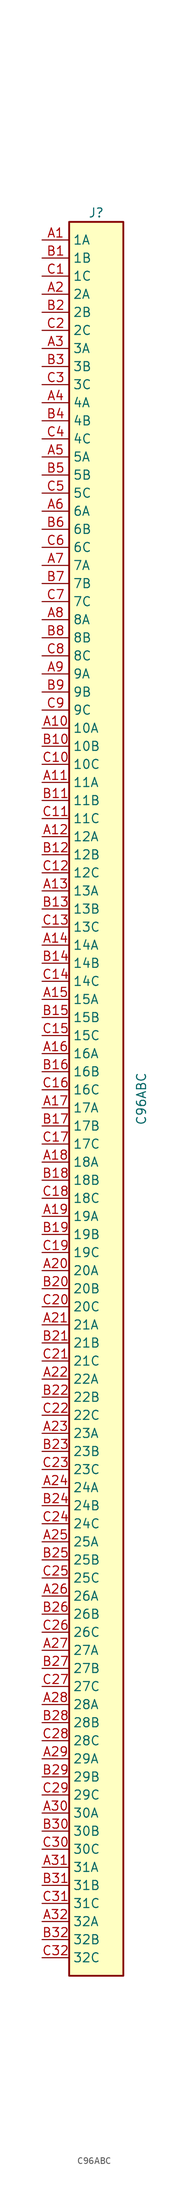
<source format=kicad_sym>
(kicad_symbol_lib
  (version 20210619)
  (generator kicad_symbol_editor)
  (symbol "Connector:C96ABC"
    (property "Reference" "J"
      (at 0 125.73 0)
      (effects (font (size 1.27 1.27))))
    (property "Value" "C96ABC"
      (at 6.35 1.27 90)
      (effects (font (size 1.27 1.27))))
    (symbol "C96ABC_0_1"
      (rectangle (start -3.81 -121.92) (end 3.81 124.46) (stroke (width 0.254)) (fill (type background))))
    (symbol "C96ABC_1_1"
      (pin passive line (at -7.62 121.92 0) (length 3.81) (name "1A" (effects (font (size 1.27 1.27)))) (number "A1" (effects (font (size 1.27 1.27)))))
      (pin passive line (at -7.62 53.34 0) (length 3.81) (name "10A" (effects (font (size 1.27 1.27)))) (number "A10" (effects (font (size 1.27 1.27)))))
      (pin passive line (at -7.62 45.72 0) (length 3.81) (name "11A" (effects (font (size 1.27 1.27)))) (number "A11" (effects (font (size 1.27 1.27)))))
      (pin passive line (at -7.62 38.1 0) (length 3.81) (name "12A" (effects (font (size 1.27 1.27)))) (number "A12" (effects (font (size 1.27 1.27)))))
      (pin passive line (at -7.62 30.48 0) (length 3.81) (name "13A" (effects (font (size 1.27 1.27)))) (number "A13" (effects (font (size 1.27 1.27)))))
      (pin passive line (at -7.62 22.86 0) (length 3.81) (name "14A" (effects (font (size 1.27 1.27)))) (number "A14" (effects (font (size 1.27 1.27)))))
      (pin passive line (at -7.62 15.24 0) (length 3.81) (name "15A" (effects (font (size 1.27 1.27)))) (number "A15" (effects (font (size 1.27 1.27)))))
      (pin passive line (at -7.62 7.62 0) (length 3.81) (name "16A" (effects (font (size 1.27 1.27)))) (number "A16" (effects (font (size 1.27 1.27)))))
      (pin passive line (at -7.62 0 0) (length 3.81) (name "17A" (effects (font (size 1.27 1.27)))) (number "A17" (effects (font (size 1.27 1.27)))))
      (pin passive line (at -7.62 -7.62 0) (length 3.81) (name "18A" (effects (font (size 1.27 1.27)))) (number "A18" (effects (font (size 1.27 1.27)))))
      (pin passive line (at -7.62 -15.24 0) (length 3.81) (name "19A" (effects (font (size 1.27 1.27)))) (number "A19" (effects (font (size 1.27 1.27)))))
      (pin passive line (at -7.62 114.3 0) (length 3.81) (name "2A" (effects (font (size 1.27 1.27)))) (number "A2" (effects (font (size 1.27 1.27)))))
      (pin passive line (at -7.62 -22.86 0) (length 3.81) (name "20A" (effects (font (size 1.27 1.27)))) (number "A20" (effects (font (size 1.27 1.27)))))
      (pin tri_state line (at -7.62 -30.48 0) (length 3.81) (name "21A" (effects (font (size 1.27 1.27)))) (number "A21" (effects (font (size 1.27 1.27)))))
      (pin passive line (at -7.62 -38.1 0) (length 3.81) (name "22A" (effects (font (size 1.27 1.27)))) (number "A22" (effects (font (size 1.27 1.27)))))
      (pin passive line (at -7.62 -45.72 0) (length 3.81) (name "23A" (effects (font (size 1.27 1.27)))) (number "A23" (effects (font (size 1.27 1.27)))))
      (pin passive line (at -7.62 -53.34 0) (length 3.81) (name "24A" (effects (font (size 1.27 1.27)))) (number "A24" (effects (font (size 1.27 1.27)))))
      (pin passive line (at -7.62 -60.96 0) (length 3.81) (name "25A" (effects (font (size 1.27 1.27)))) (number "A25" (effects (font (size 1.27 1.27)))))
      (pin passive line (at -7.62 -68.58 0) (length 3.81) (name "26A" (effects (font (size 1.27 1.27)))) (number "A26" (effects (font (size 1.27 1.27)))))
      (pin passive line (at -7.62 -76.2 0) (length 3.81) (name "27A" (effects (font (size 1.27 1.27)))) (number "A27" (effects (font (size 1.27 1.27)))))
      (pin passive line (at -7.62 -83.82 0) (length 3.81) (name "28A" (effects (font (size 1.27 1.27)))) (number "A28" (effects (font (size 1.27 1.27)))))
      (pin passive line (at -7.62 -91.44 0) (length 3.81) (name "29A" (effects (font (size 1.27 1.27)))) (number "A29" (effects (font (size 1.27 1.27)))))
      (pin passive line (at -7.62 106.68 0) (length 3.81) (name "3A" (effects (font (size 1.27 1.27)))) (number "A3" (effects (font (size 1.27 1.27)))))
      (pin passive line (at -7.62 -99.06 0) (length 3.81) (name "30A" (effects (font (size 1.27 1.27)))) (number "A30" (effects (font (size 1.27 1.27)))))
      (pin passive line (at -7.62 -106.68 0) (length 3.81) (name "31A" (effects (font (size 1.27 1.27)))) (number "A31" (effects (font (size 1.27 1.27)))))
      (pin passive line (at -7.62 -114.3 0) (length 3.81) (name "32A" (effects (font (size 1.27 1.27)))) (number "A32" (effects (font (size 1.27 1.27)))))
      (pin passive line (at -7.62 99.06 0) (length 3.81) (name "4A" (effects (font (size 1.27 1.27)))) (number "A4" (effects (font (size 1.27 1.27)))))
      (pin passive line (at -7.62 91.44 0) (length 3.81) (name "5A" (effects (font (size 1.27 1.27)))) (number "A5" (effects (font (size 1.27 1.27)))))
      (pin passive line (at -7.62 83.82 0) (length 3.81) (name "6A" (effects (font (size 1.27 1.27)))) (number "A6" (effects (font (size 1.27 1.27)))))
      (pin passive line (at -7.62 76.2 0) (length 3.81) (name "7A" (effects (font (size 1.27 1.27)))) (number "A7" (effects (font (size 1.27 1.27)))))
      (pin passive line (at -7.62 68.58 0) (length 3.81) (name "8A" (effects (font (size 1.27 1.27)))) (number "A8" (effects (font (size 1.27 1.27)))))
      (pin passive line (at -7.62 60.96 0) (length 3.81) (name "9A" (effects (font (size 1.27 1.27)))) (number "A9" (effects (font (size 1.27 1.27)))))
      (pin passive line (at -7.62 119.38 0) (length 3.81) (name "1B" (effects (font (size 1.27 1.27)))) (number "B1" (effects (font (size 1.27 1.27)))))
      (pin passive line (at -7.62 50.8 0) (length 3.81) (name "10B" (effects (font (size 1.27 1.27)))) (number "B10" (effects (font (size 1.27 1.27)))))
      (pin passive line (at -7.62 43.18 0) (length 3.81) (name "11B" (effects (font (size 1.27 1.27)))) (number "B11" (effects (font (size 1.27 1.27)))))
      (pin passive line (at -7.62 35.56 0) (length 3.81) (name "12B" (effects (font (size 1.27 1.27)))) (number "B12" (effects (font (size 1.27 1.27)))))
      (pin passive line (at -7.62 27.94 0) (length 3.81) (name "13B" (effects (font (size 1.27 1.27)))) (number "B13" (effects (font (size 1.27 1.27)))))
      (pin passive line (at -7.62 20.32 0) (length 3.81) (name "14B" (effects (font (size 1.27 1.27)))) (number "B14" (effects (font (size 1.27 1.27)))))
      (pin passive line (at -7.62 12.7 0) (length 3.81) (name "15B" (effects (font (size 1.27 1.27)))) (number "B15" (effects (font (size 1.27 1.27)))))
      (pin passive line (at -7.62 5.08 0) (length 3.81) (name "16B" (effects (font (size 1.27 1.27)))) (number "B16" (effects (font (size 1.27 1.27)))))
      (pin passive line (at -7.62 -2.54 0) (length 3.81) (name "17B" (effects (font (size 1.27 1.27)))) (number "B17" (effects (font (size 1.27 1.27)))))
      (pin passive line (at -7.62 -10.16 0) (length 3.81) (name "18B" (effects (font (size 1.27 1.27)))) (number "B18" (effects (font (size 1.27 1.27)))))
      (pin passive line (at -7.62 -17.78 0) (length 3.81) (name "19B" (effects (font (size 1.27 1.27)))) (number "B19" (effects (font (size 1.27 1.27)))))
      (pin passive line (at -7.62 111.76 0) (length 3.81) (name "2B" (effects (font (size 1.27 1.27)))) (number "B2" (effects (font (size 1.27 1.27)))))
      (pin passive line (at -7.62 -25.4 0) (length 3.81) (name "20B" (effects (font (size 1.27 1.27)))) (number "B20" (effects (font (size 1.27 1.27)))))
      (pin passive line (at -7.62 -33.02 0) (length 3.81) (name "21B" (effects (font (size 1.27 1.27)))) (number "B21" (effects (font (size 1.27 1.27)))))
      (pin passive line (at -7.62 -40.64 0) (length 3.81) (name "22B" (effects (font (size 1.27 1.27)))) (number "B22" (effects (font (size 1.27 1.27)))))
      (pin passive line (at -7.62 -48.26 0) (length 3.81) (name "23B" (effects (font (size 1.27 1.27)))) (number "B23" (effects (font (size 1.27 1.27)))))
      (pin passive line (at -7.62 -55.88 0) (length 3.81) (name "24B" (effects (font (size 1.27 1.27)))) (number "B24" (effects (font (size 1.27 1.27)))))
      (pin passive line (at -7.62 -63.5 0) (length 3.81) (name "25B" (effects (font (size 1.27 1.27)))) (number "B25" (effects (font (size 1.27 1.27)))))
      (pin passive line (at -7.62 -71.12 0) (length 3.81) (name "26B" (effects (font (size 1.27 1.27)))) (number "B26" (effects (font (size 1.27 1.27)))))
      (pin passive line (at -7.62 -78.74 0) (length 3.81) (name "27B" (effects (font (size 1.27 1.27)))) (number "B27" (effects (font (size 1.27 1.27)))))
      (pin passive line (at -7.62 -86.36 0) (length 3.81) (name "28B" (effects (font (size 1.27 1.27)))) (number "B28" (effects (font (size 1.27 1.27)))))
      (pin passive line (at -7.62 -93.98 0) (length 3.81) (name "29B" (effects (font (size 1.27 1.27)))) (number "B29" (effects (font (size 1.27 1.27)))))
      (pin passive line (at -7.62 104.14 0) (length 3.81) (name "3B" (effects (font (size 1.27 1.27)))) (number "B3" (effects (font (size 1.27 1.27)))))
      (pin passive line (at -7.62 -101.6 0) (length 3.81) (name "30B" (effects (font (size 1.27 1.27)))) (number "B30" (effects (font (size 1.27 1.27)))))
      (pin passive line (at -7.62 -109.22 0) (length 3.81) (name "31B" (effects (font (size 1.27 1.27)))) (number "B31" (effects (font (size 1.27 1.27)))))
      (pin passive line (at -7.62 -116.84 0) (length 3.81) (name "32B" (effects (font (size 1.27 1.27)))) (number "B32" (effects (font (size 1.27 1.27)))))
      (pin passive line (at -7.62 96.52 0) (length 3.81) (name "4B" (effects (font (size 1.27 1.27)))) (number "B4" (effects (font (size 1.27 1.27)))))
      (pin passive line (at -7.62 88.9 0) (length 3.81) (name "5B" (effects (font (size 1.27 1.27)))) (number "B5" (effects (font (size 1.27 1.27)))))
      (pin passive line (at -7.62 81.28 0) (length 3.81) (name "6B" (effects (font (size 1.27 1.27)))) (number "B6" (effects (font (size 1.27 1.27)))))
      (pin passive line (at -7.62 73.66 0) (length 3.81) (name "7B" (effects (font (size 1.27 1.27)))) (number "B7" (effects (font (size 1.27 1.27)))))
      (pin passive line (at -7.62 66.04 0) (length 3.81) (name "8B" (effects (font (size 1.27 1.27)))) (number "B8" (effects (font (size 1.27 1.27)))))
      (pin passive line (at -7.62 58.42 0) (length 3.81) (name "9B" (effects (font (size 1.27 1.27)))) (number "B9" (effects (font (size 1.27 1.27)))))
      (pin passive line (at -7.62 116.84 0) (length 3.81) (name "1C" (effects (font (size 1.27 1.27)))) (number "C1" (effects (font (size 1.27 1.27)))))
      (pin passive line (at -7.62 48.26 0) (length 3.81) (name "10C" (effects (font (size 1.27 1.27)))) (number "C10" (effects (font (size 1.27 1.27)))))
      (pin passive line (at -7.62 40.64 0) (length 3.81) (name "11C" (effects (font (size 1.27 1.27)))) (number "C11" (effects (font (size 1.27 1.27)))))
      (pin passive line (at -7.62 33.02 0) (length 3.81) (name "12C" (effects (font (size 1.27 1.27)))) (number "C12" (effects (font (size 1.27 1.27)))))
      (pin passive line (at -7.62 25.4 0) (length 3.81) (name "13C" (effects (font (size 1.27 1.27)))) (number "C13" (effects (font (size 1.27 1.27)))))
      (pin passive line (at -7.62 17.78 0) (length 3.81) (name "14C" (effects (font (size 1.27 1.27)))) (number "C14" (effects (font (size 1.27 1.27)))))
      (pin passive line (at -7.62 10.16 0) (length 3.81) (name "15C" (effects (font (size 1.27 1.27)))) (number "C15" (effects (font (size 1.27 1.27)))))
      (pin passive line (at -7.62 2.54 0) (length 3.81) (name "16C" (effects (font (size 1.27 1.27)))) (number "C16" (effects (font (size 1.27 1.27)))))
      (pin passive line (at -7.62 -5.08 0) (length 3.81) (name "17C" (effects (font (size 1.27 1.27)))) (number "C17" (effects (font (size 1.27 1.27)))))
      (pin passive line (at -7.62 -12.7 0) (length 3.81) (name "18C" (effects (font (size 1.27 1.27)))) (number "C18" (effects (font (size 1.27 1.27)))))
      (pin passive line (at -7.62 -20.32 0) (length 3.81) (name "19C" (effects (font (size 1.27 1.27)))) (number "C19" (effects (font (size 1.27 1.27)))))
      (pin passive line (at -7.62 109.22 0) (length 3.81) (name "2C" (effects (font (size 1.27 1.27)))) (number "C2" (effects (font (size 1.27 1.27)))))
      (pin passive line (at -7.62 -27.94 0) (length 3.81) (name "20C" (effects (font (size 1.27 1.27)))) (number "C20" (effects (font (size 1.27 1.27)))))
      (pin passive line (at -7.62 -35.56 0) (length 3.81) (name "21C" (effects (font (size 1.27 1.27)))) (number "C21" (effects (font (size 1.27 1.27)))))
      (pin passive line (at -7.62 -43.18 0) (length 3.81) (name "22C" (effects (font (size 1.27 1.27)))) (number "C22" (effects (font (size 1.27 1.27)))))
      (pin passive line (at -7.62 -50.8 0) (length 3.81) (name "23C" (effects (font (size 1.27 1.27)))) (number "C23" (effects (font (size 1.27 1.27)))))
      (pin passive line (at -7.62 -58.42 0) (length 3.81) (name "24C" (effects (font (size 1.27 1.27)))) (number "C24" (effects (font (size 1.27 1.27)))))
      (pin passive line (at -7.62 -66.04 0) (length 3.81) (name "25C" (effects (font (size 1.27 1.27)))) (number "C25" (effects (font (size 1.27 1.27)))))
      (pin passive line (at -7.62 -73.66 0) (length 3.81) (name "26C" (effects (font (size 1.27 1.27)))) (number "C26" (effects (font (size 1.27 1.27)))))
      (pin passive line (at -7.62 -81.28 0) (length 3.81) (name "27C" (effects (font (size 1.27 1.27)))) (number "C27" (effects (font (size 1.27 1.27)))))
      (pin passive line (at -7.62 -88.9 0) (length 3.81) (name "28C" (effects (font (size 1.27 1.27)))) (number "C28" (effects (font (size 1.27 1.27)))))
      (pin passive line (at -7.62 -96.52 0) (length 3.81) (name "29C" (effects (font (size 1.27 1.27)))) (number "C29" (effects (font (size 1.27 1.27)))))
      (pin passive line (at -7.62 101.6 0) (length 3.81) (name "3C" (effects (font (size 1.27 1.27)))) (number "C3" (effects (font (size 1.27 1.27)))))
      (pin passive line (at -7.62 -104.14 0) (length 3.81) (name "30C" (effects (font (size 1.27 1.27)))) (number "C30" (effects (font (size 1.27 1.27)))))
      (pin passive line (at -7.62 -111.76 0) (length 3.81) (name "31C" (effects (font (size 1.27 1.27)))) (number "C31" (effects (font (size 1.27 1.27)))))
      (pin passive line (at -7.62 -119.38 0) (length 3.81) (name "32C" (effects (font (size 1.27 1.27)))) (number "C32" (effects (font (size 1.27 1.27)))))
      (pin passive line (at -7.62 93.98 0) (length 3.81) (name "4C" (effects (font (size 1.27 1.27)))) (number "C4" (effects (font (size 1.27 1.27)))))
      (pin passive line (at -7.62 86.36 0) (length 3.81) (name "5C" (effects (font (size 1.27 1.27)))) (number "C5" (effects (font (size 1.27 1.27)))))
      (pin passive line (at -7.62 78.74 0) (length 3.81) (name "6C" (effects (font (size 1.27 1.27)))) (number "C6" (effects (font (size 1.27 1.27)))))
      (pin passive line (at -7.62 71.12 0) (length 3.81) (name "7C" (effects (font (size 1.27 1.27)))) (number "C7" (effects (font (size 1.27 1.27)))))
      (pin passive line (at -7.62 63.5 0) (length 3.81) (name "8C" (effects (font (size 1.27 1.27)))) (number "C8" (effects (font (size 1.27 1.27)))))
      (pin passive line (at -7.62 55.88 0) (length 3.81) (name "9C" (effects (font (size 1.27 1.27)))) (number "C9" (effects (font (size 1.27 1.27))))))))
</source>
